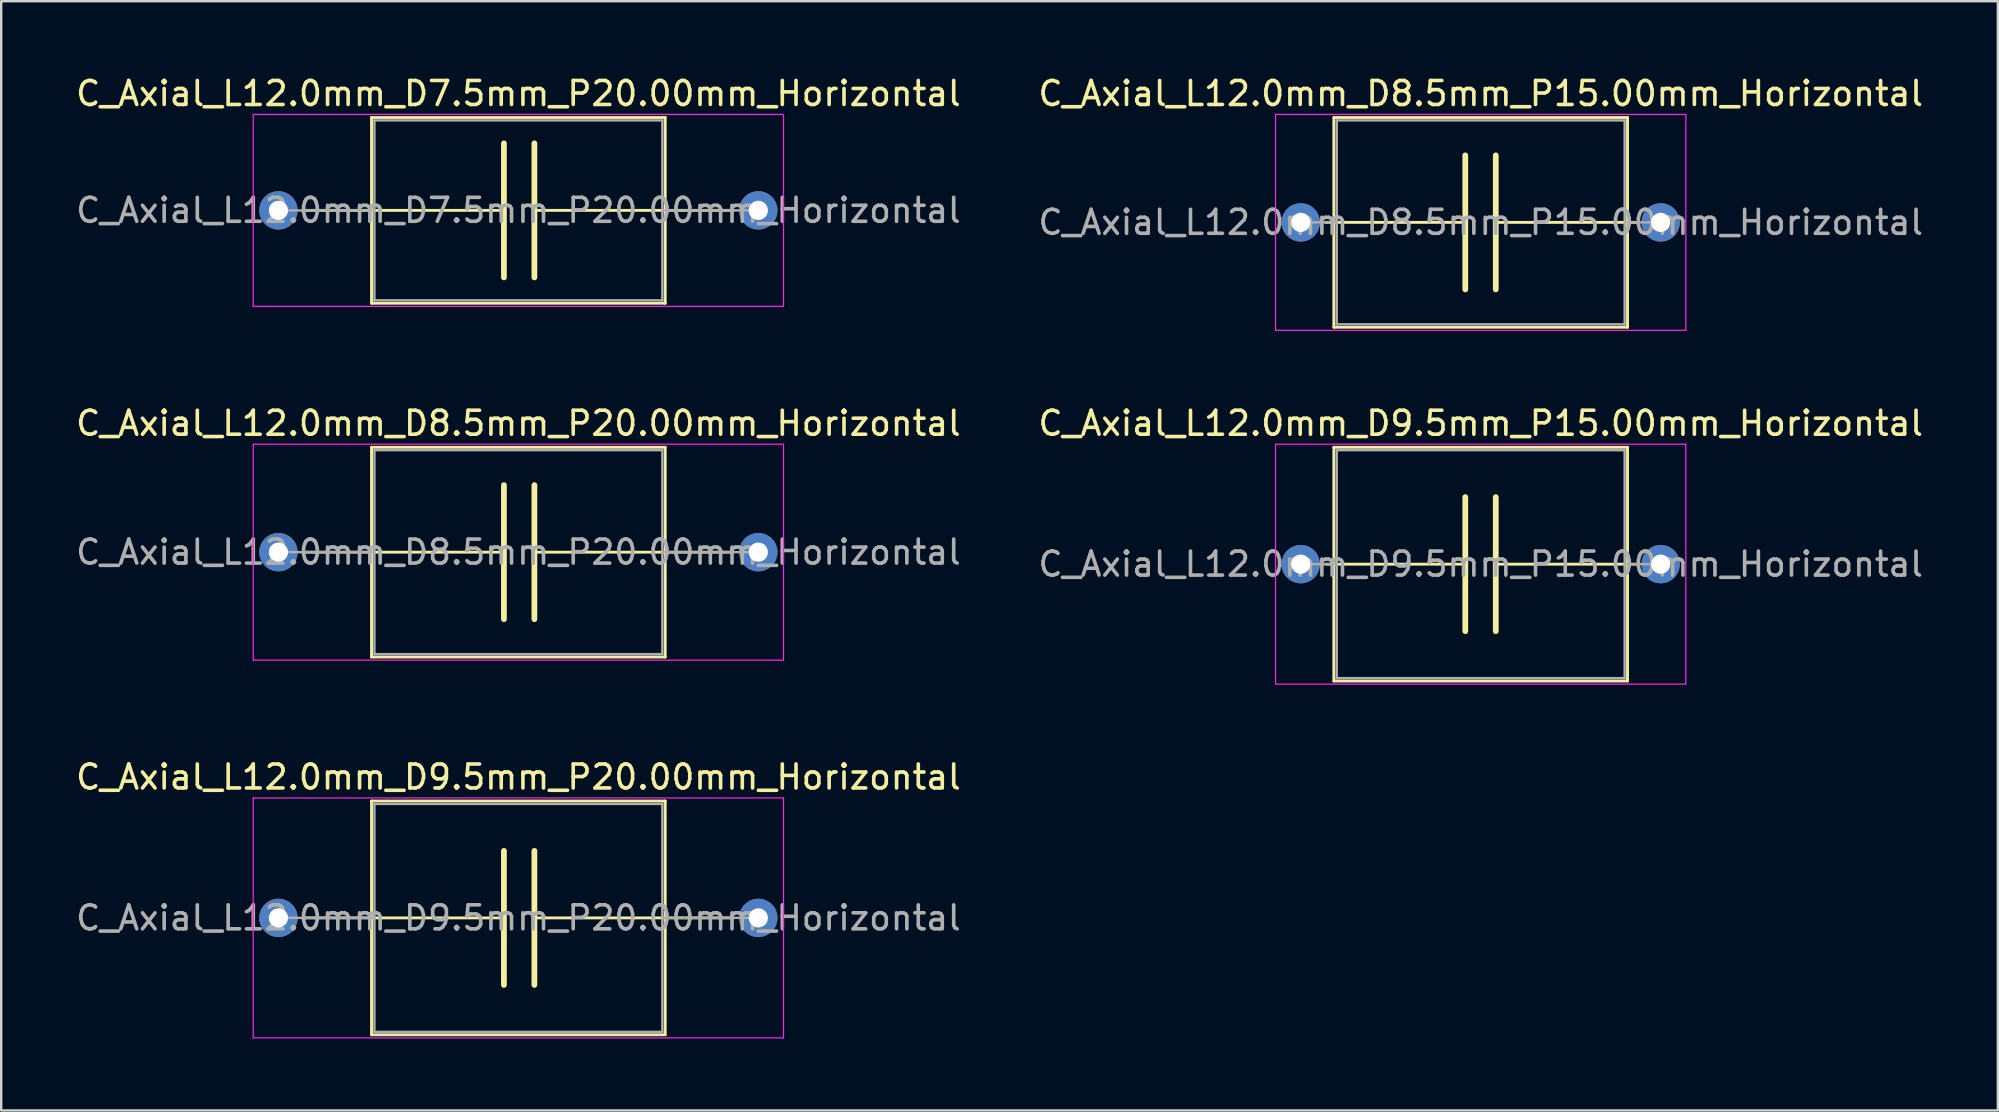
<source format=kicad_pcb>
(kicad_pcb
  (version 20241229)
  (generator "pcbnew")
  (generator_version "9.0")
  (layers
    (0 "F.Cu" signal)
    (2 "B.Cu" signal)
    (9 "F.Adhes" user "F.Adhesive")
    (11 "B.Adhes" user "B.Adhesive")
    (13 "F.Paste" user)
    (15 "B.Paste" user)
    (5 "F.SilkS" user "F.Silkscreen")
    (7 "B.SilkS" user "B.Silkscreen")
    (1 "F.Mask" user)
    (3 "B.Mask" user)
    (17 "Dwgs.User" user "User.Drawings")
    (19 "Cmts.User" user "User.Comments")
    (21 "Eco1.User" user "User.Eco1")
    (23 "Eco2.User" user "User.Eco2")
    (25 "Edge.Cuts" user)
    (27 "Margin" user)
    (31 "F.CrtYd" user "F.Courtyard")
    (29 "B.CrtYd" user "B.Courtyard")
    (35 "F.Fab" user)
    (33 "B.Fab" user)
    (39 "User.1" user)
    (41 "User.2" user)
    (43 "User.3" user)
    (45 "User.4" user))
  (footprint "C_Axial_L12.0mm_D7.5mm_P20.00mm_Horizontal"
    (layer "F.Cu")
    (at 8.554 5.718)
    (property "Reference" "C_Axial_L12.0mm_D7.5mm_P20.00mm_Horizontal" (at 10 -4.87 0) (layer "F.SilkS") (effects (font (size 1 1) (thickness 0.15))))
    (attr through_hole)
    (fp_line (start 1.04 0) (end 3.88 0) (stroke (width 0.12) (type solid)) (layer "F.SilkS"))
    (fp_line (start 3.88 -3.87) (end 3.88 3.87) (stroke (width 0.12) (type solid)) (layer "F.SilkS"))
    (fp_line (start 3.88 0) (end 9.398 0) (stroke (width 0.12) (type solid)) (layer "F.SilkS"))
    (fp_line (start 3.88 3.87) (end 16.12 3.87) (stroke (width 0.12) (type solid)) (layer "F.SilkS"))
    (fp_line (start 9.398 -2.794) (end 9.398 2.794) (stroke (width 0.24) (type solid)) (layer "F.SilkS"))
    (fp_line (start 10.668 2.794) (end 10.668 -2.794) (stroke (width 0.24) (type solid)) (layer "F.SilkS"))
    (fp_line (start 16.12 -3.87) (end 3.88 -3.87) (stroke (width 0.12) (type solid)) (layer "F.SilkS"))
    (fp_line (start 16.12 0) (end 10.668 0) (stroke (width 0.12) (type solid)) (layer "F.SilkS"))
    (fp_line (start 16.12 3.87) (end 16.12 -3.87) (stroke (width 0.12) (type solid)) (layer "F.SilkS"))
    (fp_line (start 18.96 0) (end 16.12 0) (stroke (width 0.12) (type solid)) (layer "F.SilkS"))
    (fp_line (start -1.05 -4) (end -1.05 4) (stroke (width 0.05) (type solid)) (layer "F.CrtYd"))
    (fp_line (start -1.05 4) (end 21.05 4) (stroke (width 0.05) (type solid)) (layer "F.CrtYd"))
    (fp_line (start 21.05 -4) (end -1.05 -4) (stroke (width 0.05) (type solid)) (layer "F.CrtYd"))
    (fp_line (start 21.05 4) (end 21.05 -4) (stroke (width 0.05) (type solid)) (layer "F.CrtYd"))
    (fp_line (start 0 0) (end 4 0) (stroke (width 0.1) (type solid)) (layer "F.Fab"))
    (fp_line (start 4 -3.75) (end 4 3.75) (stroke (width 0.1) (type solid)) (layer "F.Fab"))
    (fp_line (start 4 3.75) (end 16 3.75) (stroke (width 0.1) (type solid)) (layer "F.Fab"))
    (fp_line (start 16 -3.75) (end 4 -3.75) (stroke (width 0.1) (type solid)) (layer "F.Fab"))
    (fp_line (start 16 3.75) (end 16 -3.75) (stroke (width 0.1) (type solid)) (layer "F.Fab"))
    (fp_line (start 20 0) (end 16 0) (stroke (width 0.1) (type solid)) (layer "F.Fab"))
    (fp_text user "${REFERENCE}" (at 10 0 0) (layer "F.Fab") (effects (font (size 1 1) (thickness 0.15))))
    (pad "1" thru_hole circle (at 0 0) (size 1.6 1.6) (drill 0.8) (layers "*.Cu" "*.Mask"))
    (pad "2" thru_hole oval (at 20 0) (size 1.6 1.6) (drill 0.8) (layers "*.Cu" "*.Mask")))
  (footprint "C_Axial_L12.0mm_D8.5mm_P20.00mm_Horizontal"
    (layer "F.Cu")
    (at 8.554 19.962)
    (property "Reference" "C_Axial_L12.0mm_D8.5mm_P20.00mm_Horizontal" (at 10 -5.37 0) (layer "F.SilkS") (effects (font (size 1 1) (thickness 0.15))))
    (attr through_hole)
    (fp_line (start 1.04 0) (end 3.88 0) (stroke (width 0.12) (type solid)) (layer "F.SilkS"))
    (fp_line (start 3.88 -4.37) (end 3.88 4.37) (stroke (width 0.12) (type solid)) (layer "F.SilkS"))
    (fp_line (start 3.88 0) (end 9.398 0) (stroke (width 0.12) (type solid)) (layer "F.SilkS"))
    (fp_line (start 3.88 4.37) (end 16.12 4.37) (stroke (width 0.12) (type solid)) (layer "F.SilkS"))
    (fp_line (start 9.398 -2.794) (end 9.398 2.794) (stroke (width 0.24) (type solid)) (layer "F.SilkS"))
    (fp_line (start 10.668 2.794) (end 10.668 -2.794) (stroke (width 0.24) (type solid)) (layer "F.SilkS"))
    (fp_line (start 16.12 -4.37) (end 3.88 -4.37) (stroke (width 0.12) (type solid)) (layer "F.SilkS"))
    (fp_line (start 16.12 4.37) (end 16.12 -4.37) (stroke (width 0.12) (type solid)) (layer "F.SilkS"))
    (fp_line (start 16.129 0) (end 10.668 0) (stroke (width 0.12) (type solid)) (layer "F.SilkS"))
    (fp_line (start 18.96 0) (end 16.12 0) (stroke (width 0.12) (type solid)) (layer "F.SilkS"))
    (fp_line (start -1.05 -4.5) (end -1.05 4.5) (stroke (width 0.05) (type solid)) (layer "F.CrtYd"))
    (fp_line (start -1.05 4.5) (end 21.05 4.5) (stroke (width 0.05) (type solid)) (layer "F.CrtYd"))
    (fp_line (start 21.05 -4.5) (end -1.05 -4.5) (stroke (width 0.05) (type solid)) (layer "F.CrtYd"))
    (fp_line (start 21.05 4.5) (end 21.05 -4.5) (stroke (width 0.05) (type solid)) (layer "F.CrtYd"))
    (fp_line (start 0 0) (end 4 0) (stroke (width 0.1) (type solid)) (layer "F.Fab"))
    (fp_line (start 4 -4.25) (end 4 4.25) (stroke (width 0.1) (type solid)) (layer "F.Fab"))
    (fp_line (start 4 4.25) (end 16 4.25) (stroke (width 0.1) (type solid)) (layer "F.Fab"))
    (fp_line (start 16 -4.25) (end 4 -4.25) (stroke (width 0.1) (type solid)) (layer "F.Fab"))
    (fp_line (start 16 4.25) (end 16 -4.25) (stroke (width 0.1) (type solid)) (layer "F.Fab"))
    (fp_line (start 20 0) (end 16 0) (stroke (width 0.1) (type solid)) (layer "F.Fab"))
    (fp_text user "${REFERENCE}" (at 10 0 0) (layer "F.Fab") (effects (font (size 1 1) (thickness 0.15))))
    (pad "1" thru_hole circle (at 0 0) (size 1.6 1.6) (drill 0.8) (layers "*.Cu" "*.Mask"))
    (pad "2" thru_hole oval (at 20 0) (size 1.6 1.6) (drill 0.8) (layers "*.Cu" "*.Mask")))
  (footprint "C_Axial_L12.0mm_D8.5mm_P15.00mm_Horizontal"
    (layer "F.Cu")
    (at 51.161 6.218)
    (property "Reference" "C_Axial_L12.0mm_D8.5mm_P15.00mm_Horizontal" (at 7.5 -5.37 0) (layer "F.SilkS") (effects (font (size 1 1) (thickness 0.15))))
    (attr through_hole)
    (fp_line (start 1.04 0) (end 1.38 0) (stroke (width 0.12) (type solid)) (layer "F.SilkS"))
    (fp_line (start 1.38 -4.37) (end 1.38 4.37) (stroke (width 0.12) (type solid)) (layer "F.SilkS"))
    (fp_line (start 1.38 0) (end 6.858 0) (stroke (width 0.12) (type solid)) (layer "F.SilkS"))
    (fp_line (start 1.38 4.37) (end 13.62 4.37) (stroke (width 0.12) (type solid)) (layer "F.SilkS"))
    (fp_line (start 6.858 -2.794) (end 6.858 2.794) (stroke (width 0.24) (type solid)) (layer "F.SilkS"))
    (fp_line (start 8.128 2.794) (end 8.128 -2.794) (stroke (width 0.24) (type solid)) (layer "F.SilkS"))
    (fp_line (start 13.62 -4.37) (end 1.38 -4.37) (stroke (width 0.12) (type solid)) (layer "F.SilkS"))
    (fp_line (start 13.62 0) (end 8.128 0) (stroke (width 0.12) (type solid)) (layer "F.SilkS"))
    (fp_line (start 13.62 4.37) (end 13.62 -4.37) (stroke (width 0.12) (type solid)) (layer "F.SilkS"))
    (fp_line (start 13.96 0) (end 13.62 0) (stroke (width 0.12) (type solid)) (layer "F.SilkS"))
    (fp_line (start -1.05 -4.5) (end -1.05 4.5) (stroke (width 0.05) (type solid)) (layer "F.CrtYd"))
    (fp_line (start -1.05 4.5) (end 16.05 4.5) (stroke (width 0.05) (type solid)) (layer "F.CrtYd"))
    (fp_line (start 16.05 -4.5) (end -1.05 -4.5) (stroke (width 0.05) (type solid)) (layer "F.CrtYd"))
    (fp_line (start 16.05 4.5) (end 16.05 -4.5) (stroke (width 0.05) (type solid)) (layer "F.CrtYd"))
    (fp_line (start 0 0) (end 1.5 0) (stroke (width 0.1) (type solid)) (layer "F.Fab"))
    (fp_line (start 1.5 -4.25) (end 1.5 4.25) (stroke (width 0.1) (type solid)) (layer "F.Fab"))
    (fp_line (start 1.5 4.25) (end 13.5 4.25) (stroke (width 0.1) (type solid)) (layer "F.Fab"))
    (fp_line (start 13.5 -4.25) (end 1.5 -4.25) (stroke (width 0.1) (type solid)) (layer "F.Fab"))
    (fp_line (start 13.5 4.25) (end 13.5 -4.25) (stroke (width 0.1) (type solid)) (layer "F.Fab"))
    (fp_line (start 15 0) (end 13.5 0) (stroke (width 0.1) (type solid)) (layer "F.Fab"))
    (fp_text user "${REFERENCE}" (at 7.5 0 0) (layer "F.Fab") (effects (font (size 1 1) (thickness 0.15))))
    (pad "1" thru_hole circle (at 0 0) (size 1.6 1.6) (drill 0.8) (layers "*.Cu" "*.Mask"))
    (pad "2" thru_hole oval (at 15 0) (size 1.6 1.6) (drill 0.8) (layers "*.Cu" "*.Mask")))
  (footprint "C_Axial_L12.0mm_D9.5mm_P20.00mm_Horizontal"
    (layer "F.Cu")
    (at 8.554 35.205)
    (property "Reference" "C_Axial_L12.0mm_D9.5mm_P20.00mm_Horizontal" (at 10 -5.87 0) (layer "F.SilkS") (effects (font (size 1 1) (thickness 0.15))))
    (attr through_hole)
    (fp_line (start 1.04 0) (end 3.88 0) (stroke (width 0.12) (type solid)) (layer "F.SilkS"))
    (fp_line (start 3.88 -4.87) (end 3.88 4.87) (stroke (width 0.12) (type solid)) (layer "F.SilkS"))
    (fp_line (start 3.88 0) (end 9.398 0) (stroke (width 0.12) (type solid)) (layer "F.SilkS"))
    (fp_line (start 3.88 4.87) (end 16.12 4.87) (stroke (width 0.12) (type solid)) (layer "F.SilkS"))
    (fp_line (start 9.398 -2.794) (end 9.398 2.794) (stroke (width 0.24) (type solid)) (layer "F.SilkS"))
    (fp_line (start 10.668 2.794) (end 10.668 -2.794) (stroke (width 0.24) (type solid)) (layer "F.SilkS"))
    (fp_line (start 16.12 -4.87) (end 3.88 -4.87) (stroke (width 0.12) (type solid)) (layer "F.SilkS"))
    (fp_line (start 16.12 4.87) (end 16.12 -4.87) (stroke (width 0.12) (type solid)) (layer "F.SilkS"))
    (fp_line (start 16.129 0) (end 10.668 0) (stroke (width 0.12) (type solid)) (layer "F.SilkS"))
    (fp_line (start 18.96 0) (end 16.12 0) (stroke (width 0.12) (type solid)) (layer "F.SilkS"))
    (fp_line (start -1.05 -5) (end -1.05 5) (stroke (width 0.05) (type solid)) (layer "F.CrtYd"))
    (fp_line (start -1.05 5) (end 21.05 5) (stroke (width 0.05) (type solid)) (layer "F.CrtYd"))
    (fp_line (start 21.05 -5) (end -1.05 -5) (stroke (width 0.05) (type solid)) (layer "F.CrtYd"))
    (fp_line (start 21.05 5) (end 21.05 -5) (stroke (width 0.05) (type solid)) (layer "F.CrtYd"))
    (fp_line (start 0 0) (end 4 0) (stroke (width 0.1) (type solid)) (layer "F.Fab"))
    (fp_line (start 4 -4.75) (end 4 4.75) (stroke (width 0.1) (type solid)) (layer "F.Fab"))
    (fp_line (start 4 4.75) (end 16 4.75) (stroke (width 0.1) (type solid)) (layer "F.Fab"))
    (fp_line (start 16 -4.75) (end 4 -4.75) (stroke (width 0.1) (type solid)) (layer "F.Fab"))
    (fp_line (start 16 4.75) (end 16 -4.75) (stroke (width 0.1) (type solid)) (layer "F.Fab"))
    (fp_line (start 20 0) (end 16 0) (stroke (width 0.1) (type solid)) (layer "F.Fab"))
    (fp_text user "${REFERENCE}" (at 10 0 0) (layer "F.Fab") (effects (font (size 1 1) (thickness 0.15))))
    (pad "1" thru_hole circle (at 0 0) (size 1.6 1.6) (drill 0.8) (layers "*.Cu" "*.Mask"))
    (pad "2" thru_hole oval (at 20 0) (size 1.6 1.6) (drill 0.8) (layers "*.Cu" "*.Mask")))
  (footprint "C_Axial_L12.0mm_D9.5mm_P15.00mm_Horizontal"
    (layer "F.Cu")
    (at 51.161 20.462)
    (property "Reference" "C_Axial_L12.0mm_D9.5mm_P15.00mm_Horizontal" (at 7.5 -5.87 0) (layer "F.SilkS") (effects (font (size 1 1) (thickness 0.15))))
    (attr through_hole)
    (fp_line (start 1.04 0) (end 1.38 0) (stroke (width 0.12) (type solid)) (layer "F.SilkS"))
    (fp_line (start 1.38 -4.87) (end 1.38 4.87) (stroke (width 0.12) (type solid)) (layer "F.SilkS"))
    (fp_line (start 1.38 0) (end 6.858 0) (stroke (width 0.12) (type solid)) (layer "F.SilkS"))
    (fp_line (start 1.38 4.87) (end 13.62 4.87) (stroke (width 0.12) (type solid)) (layer "F.SilkS"))
    (fp_line (start 6.858 -2.794) (end 6.858 2.794) (stroke (width 0.24) (type solid)) (layer "F.SilkS"))
    (fp_line (start 8.128 2.794) (end 8.128 -2.794) (stroke (width 0.24) (type solid)) (layer "F.SilkS"))
    (fp_line (start 13.62 -4.87) (end 1.38 -4.87) (stroke (width 0.12) (type solid)) (layer "F.SilkS"))
    (fp_line (start 13.62 0) (end 8.128 0) (stroke (width 0.12) (type solid)) (layer "F.SilkS"))
    (fp_line (start 13.62 4.87) (end 13.62 -4.87) (stroke (width 0.12) (type solid)) (layer "F.SilkS"))
    (fp_line (start 13.96 0) (end 13.62 0) (stroke (width 0.12) (type solid)) (layer "F.SilkS"))
    (fp_line (start -1.05 -5) (end -1.05 5) (stroke (width 0.05) (type solid)) (layer "F.CrtYd"))
    (fp_line (start -1.05 5) (end 16.05 5) (stroke (width 0.05) (type solid)) (layer "F.CrtYd"))
    (fp_line (start 16.05 -5) (end -1.05 -5) (stroke (width 0.05) (type solid)) (layer "F.CrtYd"))
    (fp_line (start 16.05 5) (end 16.05 -5) (stroke (width 0.05) (type solid)) (layer "F.CrtYd"))
    (fp_line (start 0 0) (end 1.5 0) (stroke (width 0.1) (type solid)) (layer "F.Fab"))
    (fp_line (start 1.5 -4.75) (end 1.5 4.75) (stroke (width 0.1) (type solid)) (layer "F.Fab"))
    (fp_line (start 1.5 4.75) (end 13.5 4.75) (stroke (width 0.1) (type solid)) (layer "F.Fab"))
    (fp_line (start 13.5 -4.75) (end 1.5 -4.75) (stroke (width 0.1) (type solid)) (layer "F.Fab"))
    (fp_line (start 13.5 4.75) (end 13.5 -4.75) (stroke (width 0.1) (type solid)) (layer "F.Fab"))
    (fp_line (start 15 0) (end 13.5 0) (stroke (width 0.1) (type solid)) (layer "F.Fab"))
    (fp_text user "${REFERENCE}" (at 7.5 0 0) (layer "F.Fab") (effects (font (size 1 1) (thickness 0.15))))
    (pad "1" thru_hole circle (at 0 0) (size 1.6 1.6) (drill 0.8) (layers "*.Cu" "*.Mask"))
    (pad "2" thru_hole oval (at 15 0) (size 1.6 1.6) (drill 0.8) (layers "*.Cu" "*.Mask")))
  (gr_rect
    (start -3 -3)
    (end 80.214 43.23)
    (stroke (width 0.1) (type default))
    (fill no)
    (layer "Edge.Cuts")))
</source>
